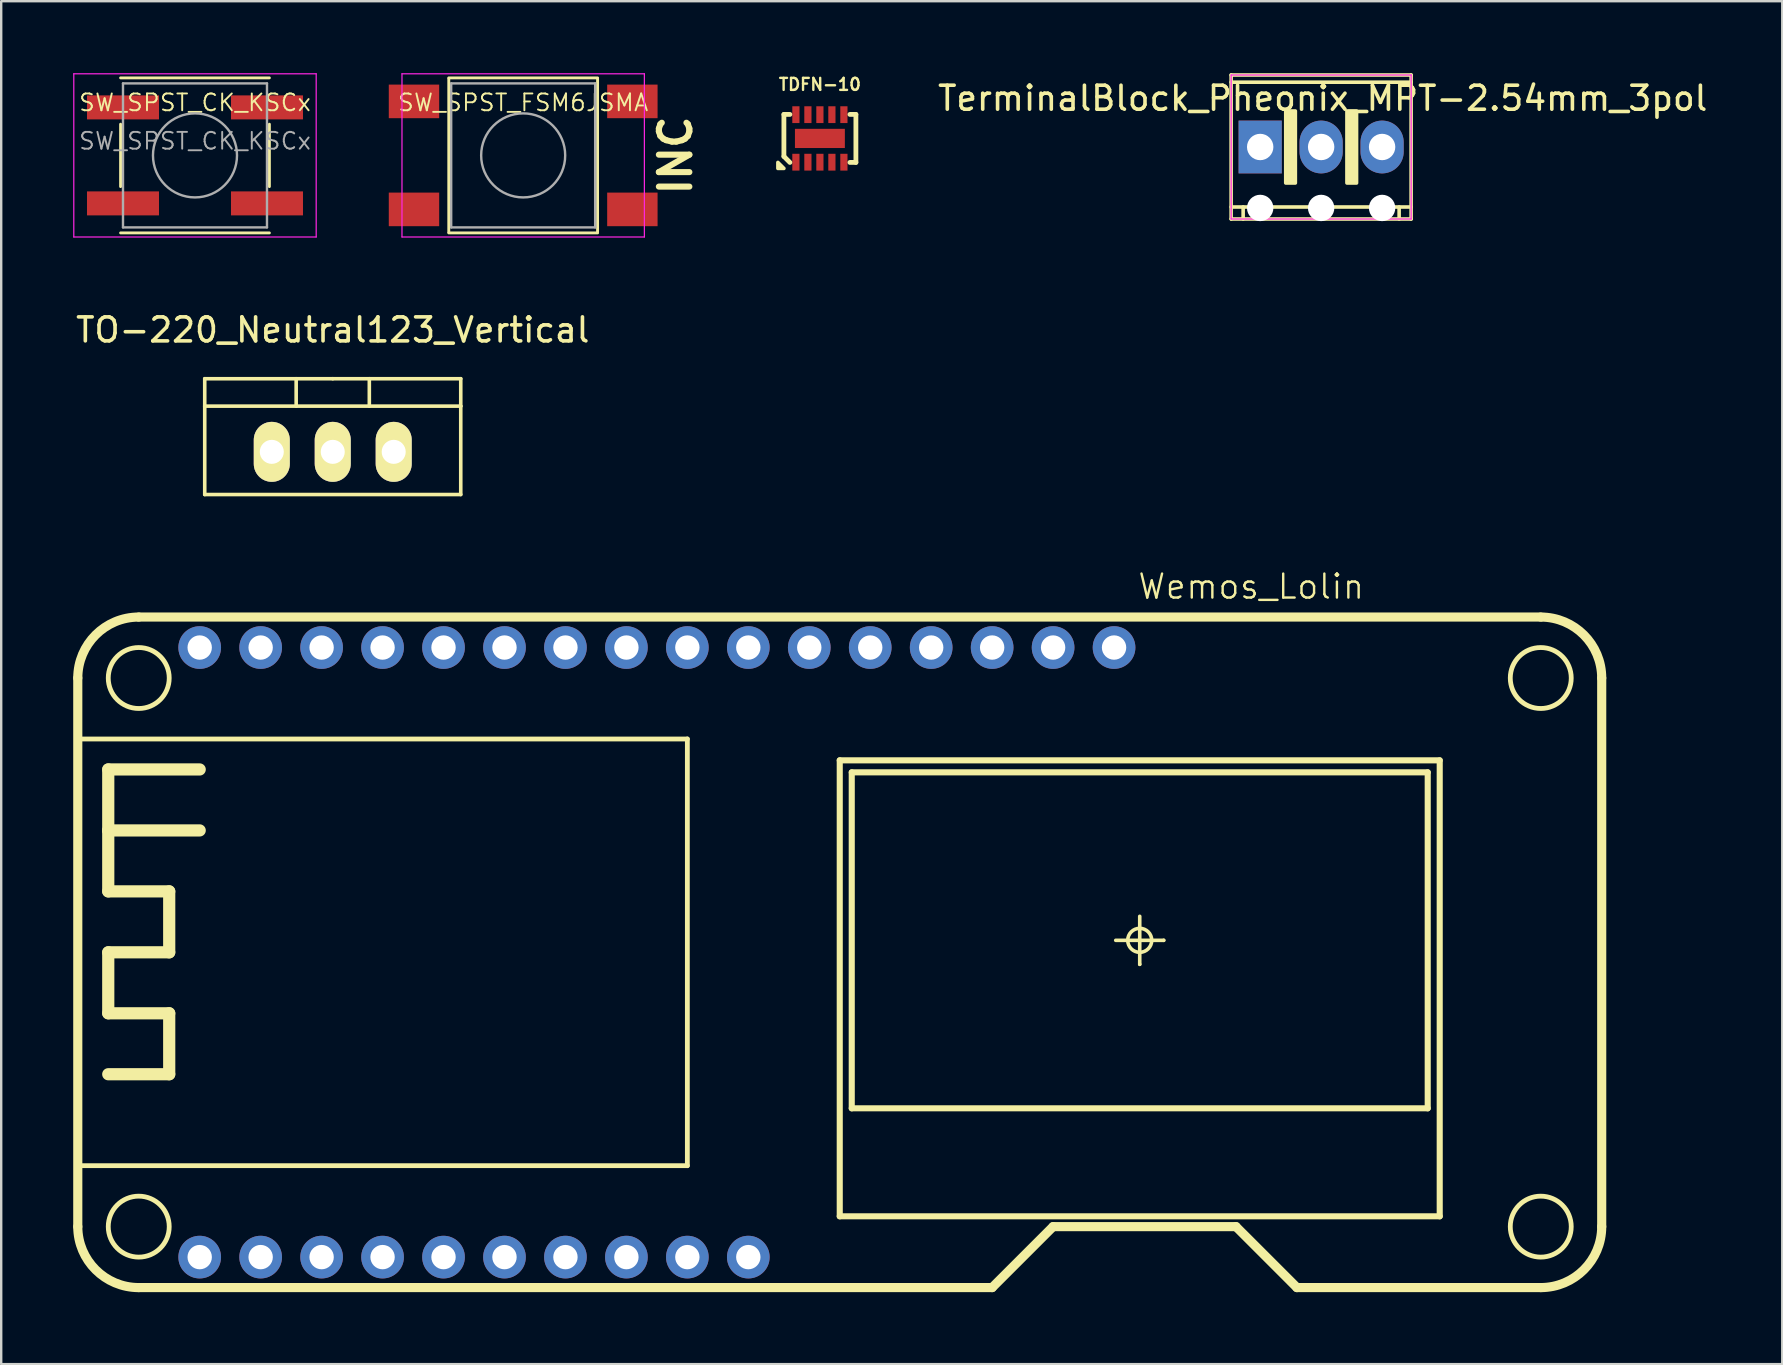
<source format=kicad_pcb>
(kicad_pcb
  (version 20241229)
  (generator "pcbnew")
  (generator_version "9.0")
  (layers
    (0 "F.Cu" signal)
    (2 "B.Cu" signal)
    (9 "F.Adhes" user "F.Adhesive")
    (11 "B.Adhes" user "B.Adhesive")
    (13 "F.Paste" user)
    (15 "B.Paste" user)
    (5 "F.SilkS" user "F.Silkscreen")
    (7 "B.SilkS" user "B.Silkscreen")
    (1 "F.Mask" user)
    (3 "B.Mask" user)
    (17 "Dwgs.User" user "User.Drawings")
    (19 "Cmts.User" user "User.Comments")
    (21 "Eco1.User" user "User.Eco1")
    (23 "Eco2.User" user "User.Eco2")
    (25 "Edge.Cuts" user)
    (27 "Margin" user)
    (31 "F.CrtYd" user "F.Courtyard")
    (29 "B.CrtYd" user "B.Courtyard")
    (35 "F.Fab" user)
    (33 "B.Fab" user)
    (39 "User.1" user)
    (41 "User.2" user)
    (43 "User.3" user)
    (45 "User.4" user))
  (footprint "TO-220_Neutral123_Vertical"
    (layer "F.Cu")
    (at 10.815 15.778)
    (property "Reference" "TO-220_Neutral123_Vertical" (at 0 -5.08 0) (layer "F.SilkS") (effects (font (size 1 1) (thickness 0.15))))
    (attr through_hole)
    (fp_line (start -5.334 -1.905) (end -5.334 -3.048) (stroke (width 0.15) (type solid)) (layer "F.SilkS"))
    (fp_line (start -5.334 1.778) (end -5.334 -1.905) (stroke (width 0.15) (type solid)) (layer "F.SilkS"))
    (fp_line (start -1.524 -3.048) (end -1.524 -1.905) (stroke (width 0.15) (type solid)) (layer "F.SilkS"))
    (fp_line (start 0 -3.048) (end -5.334 -3.048) (stroke (width 0.15) (type solid)) (layer "F.SilkS"))
    (fp_line (start 0 -3.048) (end 5.334 -3.048) (stroke (width 0.15) (type solid)) (layer "F.SilkS"))
    (fp_line (start 1.524 -3.048) (end 1.524 -1.905) (stroke (width 0.15) (type solid)) (layer "F.SilkS"))
    (fp_line (start 5.334 -3.048) (end 5.334 -1.905) (stroke (width 0.15) (type solid)) (layer "F.SilkS"))
    (fp_line (start 5.334 -1.905) (end -5.334 -1.905) (stroke (width 0.15) (type solid)) (layer "F.SilkS"))
    (fp_line (start 5.334 -1.905) (end 5.334 1.778) (stroke (width 0.15) (type solid)) (layer "F.SilkS"))
    (fp_line (start 5.334 1.778) (end -5.334 1.778) (stroke (width 0.15) (type solid)) (layer "F.SilkS"))
    (pad "1" thru_hole oval (at -2.54 0 90) (size 2.499 1.501) (drill 1.001) (layers "*.Cu" "*.Mask" "F.SilkS"))
    (pad "2" thru_hole oval (at 0 0 90) (size 2.499 1.501) (drill 1.001) (layers "*.Cu" "*.Mask" "F.SilkS"))
    (pad "3" thru_hole oval (at 2.54 0 90) (size 2.499 1.501) (drill 1.001) (layers "*.Cu" "*.Mask" "F.SilkS")))
  (footprint "SW_SPST_FSM6JSMA"
    (layer "F.Cu")
    (at 18.75 3.425)
    (property "Reference" "SW_SPST_FSM6JSMA" (at 0 -2.2 0) (layer "F.SilkS") (effects (font (size 0.7 0.7) (thickness 0.08))))
    (attr smd)
    (fp_line (start -3.1 -3.23) (end 3.1 -3.23) (stroke (width 0.12) (type solid)) (layer "F.SilkS"))
    (fp_line (start -3.1 -3.2) (end -3.1 3.2) (stroke (width 0.12) (type solid)) (layer "F.SilkS"))
    (fp_line (start -3.1 3.23) (end 3.1 3.23) (stroke (width 0.12) (type solid)) (layer "F.SilkS"))
    (fp_line (start 3.1 -3.2) (end 3.1 3.2) (stroke (width 0.12) (type solid)) (layer "F.SilkS"))
    (fp_line (start -5.05 -3.4) (end -5.05 3.4) (stroke (width 0.05) (type solid)) (layer "F.CrtYd"))
    (fp_line (start -5.05 -3.4) (end 5.05 -3.4) (stroke (width 0.05) (type solid)) (layer "F.CrtYd"))
    (fp_line (start -5.05 3.4) (end 5.05 3.4) (stroke (width 0.05) (type solid)) (layer "F.CrtYd"))
    (fp_line (start 5.05 3.4) (end 5.05 -3.4) (stroke (width 0.05) (type solid)) (layer "F.CrtYd"))
    (fp_line (start -3 -3) (end -3 3) (stroke (width 0.1) (type solid)) (layer "F.Fab"))
    (fp_line (start -3 3) (end 3 3) (stroke (width 0.1) (type solid)) (layer "F.Fab"))
    (fp_line (start 3 -3) (end -3 -3) (stroke (width 0.1) (type solid)) (layer "F.Fab"))
    (fp_line (start 3 3) (end 3 -3) (stroke (width 0.1) (type solid)) (layer "F.Fab"))
    (fp_circle (center 0 0) (end 1.75 -0.05) (stroke (width 0.1) (type solid)) (fill no) (layer "F.Fab"))
    (fp_text user "INC" (at 6.35 0 90) (layer "F.SilkS") (effects (font (size 1.27 1.27) (thickness 0.254))))
    (pad "1" smd rect (at -4.55 -2.25) (size 2.1 1.4) (layers "F.Cu" "F.Mask" "F.Paste"))
    (pad "2" smd rect (at -4.55 2.25) (size 2.1 1.4) (layers "F.Cu" "F.Mask" "F.Paste"))
    (pad "3" smd rect (at 4.55 -2.25) (size 2.1 1.4) (layers "F.Cu" "F.Mask" "F.Paste"))
    (pad "4" smd rect (at 4.55 2.25) (size 2.1 1.4) (layers "F.Cu" "F.Mask" "F.Paste")))
  (footprint "Wemos_Lolin"
    (layer "F.Cu")
    (at 31.941 36.632)
    (property "Reference" "Wemos_Lolin" (at 17.145 -15.24 0) (layer "F.SilkS") (effects (font (size 1 1) (thickness 0.1))))
    (attr through_hole)
    (fp_line (start -31.75 -8.89) (end -6.35 -8.89) (stroke (width 0.2) (type solid)) (layer "F.SilkS"))
    (fp_line (start -31.75 11.43) (end -31.75 -11.43) (stroke (width 0.381) (type solid)) (layer "F.SilkS"))
    (fp_line (start -30.48 -7.62) (end -30.48 -5.08) (stroke (width 0.508) (type solid)) (layer "F.SilkS"))
    (fp_line (start -30.48 -5.08) (end -30.48 -2.54) (stroke (width 0.508) (type solid)) (layer "F.SilkS"))
    (fp_line (start -30.48 -2.54) (end -27.94 -2.54) (stroke (width 0.508) (type solid)) (layer "F.SilkS"))
    (fp_line (start -30.48 0) (end -30.48 2.54) (stroke (width 0.508) (type solid)) (layer "F.SilkS"))
    (fp_line (start -30.48 2.54) (end -27.94 2.54) (stroke (width 0.508) (type solid)) (layer "F.SilkS"))
    (fp_line (start -29.21 -13.97) (end 29.21 -13.97) (stroke (width 0.381) (type solid)) (layer "F.SilkS"))
    (fp_line (start -27.94 -2.54) (end -27.94 0) (stroke (width 0.508) (type solid)) (layer "F.SilkS"))
    (fp_line (start -27.94 0) (end -30.48 0) (stroke (width 0.508) (type solid)) (layer "F.SilkS"))
    (fp_line (start -27.94 2.54) (end -27.94 5.08) (stroke (width 0.508) (type solid)) (layer "F.SilkS"))
    (fp_line (start -27.94 5.08) (end -30.48 5.08) (stroke (width 0.508) (type solid)) (layer "F.SilkS"))
    (fp_line (start -26.67 -7.62) (end -30.48 -7.62) (stroke (width 0.508) (type solid)) (layer "F.SilkS"))
    (fp_line (start -26.67 -5.08) (end -30.48 -5.08) (stroke (width 0.508) (type solid)) (layer "F.SilkS"))
    (fp_line (start -6.35 -8.89) (end -6.35 8.89) (stroke (width 0.2) (type solid)) (layer "F.SilkS"))
    (fp_line (start -6.35 8.89) (end -31.75 8.89) (stroke (width 0.2) (type solid)) (layer "F.SilkS"))
    (fp_line (start 0 -8) (end 0 11) (stroke (width 0.254) (type solid)) (layer "F.SilkS"))
    (fp_line (start 0 11) (end 25 11) (stroke (width 0.254) (type solid)) (layer "F.SilkS"))
    (fp_line (start 0.5 -7.5) (end 24.5 -7.5) (stroke (width 0.254) (type solid)) (layer "F.SilkS"))
    (fp_line (start 0.5 6.5) (end 0.5 -7.5) (stroke (width 0.254) (type solid)) (layer "F.SilkS"))
    (fp_line (start 6.35 13.97) (end -29.21 13.97) (stroke (width 0.381) (type solid)) (layer "F.SilkS"))
    (fp_line (start 6.35 13.97) (end 8.89 11.43) (stroke (width 0.381) (type solid)) (layer "F.SilkS"))
    (fp_line (start 8.89 11.43) (end 16.51 11.43) (stroke (width 0.381) (type solid)) (layer "F.SilkS"))
    (fp_line (start 11.5 -0.5) (end 13.5 -0.5) (stroke (width 0.15) (type solid)) (layer "F.SilkS"))
    (fp_line (start 12.5 -1.5) (end 12.5 0.5) (stroke (width 0.15) (type solid)) (layer "F.SilkS"))
    (fp_line (start 12.5 0.5) (end 12.5 0.5) (stroke (width 0.15) (type solid)) (layer "F.SilkS"))
    (fp_line (start 13.5 -0.5) (end 13.5 -0.5) (stroke (width 0.15) (type solid)) (layer "F.SilkS"))
    (fp_line (start 16.51 11.43) (end 19.05 13.97) (stroke (width 0.381) (type solid)) (layer "F.SilkS"))
    (fp_line (start 19.05 13.97) (end 29.21 13.97) (stroke (width 0.381) (type solid)) (layer "F.SilkS"))
    (fp_line (start 24.5 -7.5) (end 24.5 6.5) (stroke (width 0.254) (type solid)) (layer "F.SilkS"))
    (fp_line (start 24.5 6.5) (end 0.5 6.5) (stroke (width 0.254) (type solid)) (layer "F.SilkS"))
    (fp_line (start 25 -8) (end 0 -8) (stroke (width 0.254) (type solid)) (layer "F.SilkS"))
    (fp_line (start 25 11) (end 25 -8) (stroke (width 0.254) (type solid)) (layer "F.SilkS"))
    (fp_line (start 31.75 -11.43) (end 31.75 11.43) (stroke (width 0.381) (type solid)) (layer "F.SilkS"))
    (fp_arc (start -31.75 -11.43) (mid -31.006051 -13.226051) (end -29.21 -13.97) (stroke (width 0.381) (type solid)) (layer "F.SilkS"))
    (fp_arc (start -29.21 13.97) (mid -31.006051 13.226051) (end -31.75 11.43) (stroke (width 0.381) (type solid)) (layer "F.SilkS"))
    (fp_arc (start 29.21 -13.97) (mid 31.006051 -13.226051) (end 31.75 -11.43) (stroke (width 0.381) (type solid)) (layer "F.SilkS"))
    (fp_arc (start 31.75 11.43) (mid 31.006051 13.226051) (end 29.21 13.97) (stroke (width 0.381) (type solid)) (layer "F.SilkS"))
    (fp_circle (center -29.21 -11.43) (end -30.48 -11.43) (stroke (width 0.2) (type solid)) (fill no) (layer "F.SilkS"))
    (fp_circle (center -29.21 11.43) (end -30.48 11.43) (stroke (width 0.2) (type solid)) (fill no) (layer "F.SilkS"))
    (fp_circle (center 12.5 -0.5) (end 12 -0.5) (stroke (width 0.15) (type solid)) (fill no) (layer "F.SilkS"))
    (fp_circle (center 29.21 -11.43) (end 29.21 -12.7) (stroke (width 0.2) (type solid)) (fill no) (layer "F.SilkS"))
    (fp_circle (center 29.21 11.43) (end 30.48 11.43) (stroke (width 0.2) (type solid)) (fill no) (layer "F.SilkS"))
    (pad "1" thru_hole circle (at -26.67 -12.7) (size 1.778 1.778) (drill 1.016) (layers "*.Cu" "*.Mask"))
    (pad "2" thru_hole circle (at -24.13 -12.7) (size 1.778 1.778) (drill 1.016) (layers "*.Cu" "*.Mask"))
    (pad "3" thru_hole circle (at -21.59 -12.7) (size 1.778 1.778) (drill 1.016) (layers "*.Cu" "*.Mask"))
    (pad "4" thru_hole circle (at -19.05 -12.7) (size 1.778 1.778) (drill 1.016) (layers "*.Cu" "*.Mask"))
    (pad "5" thru_hole circle (at -16.51 -12.7) (size 1.778 1.778) (drill 1.016) (layers "*.Cu" "*.Mask"))
    (pad "6" thru_hole circle (at -13.97 -12.7) (size 1.778 1.778) (drill 1.016) (layers "*.Cu" "*.Mask"))
    (pad "7" thru_hole circle (at -11.43 -12.7) (size 1.778 1.778) (drill 1.016) (layers "*.Cu" "*.Mask"))
    (pad "8" thru_hole circle (at -8.89 -12.7) (size 1.778 1.778) (drill 1.016) (layers "*.Cu" "*.Mask"))
    (pad "9" thru_hole circle (at -6.35 -12.7) (size 1.778 1.778) (drill 1.016) (layers "*.Cu" "*.Mask"))
    (pad "10" thru_hole circle (at -3.81 -12.7) (size 1.778 1.778) (drill 1.016) (layers "*.Cu" "*.Mask"))
    (pad "11" thru_hole circle (at -1.27 -12.7) (size 1.778 1.778) (drill 1.016) (layers "*.Cu" "*.Mask"))
    (pad "12" thru_hole circle (at 1.27 -12.7) (size 1.778 1.778) (drill 1.016) (layers "*.Cu" "*.Mask"))
    (pad "13" thru_hole circle (at 3.81 -12.7) (size 1.778 1.778) (drill 1.016) (layers "*.Cu" "*.Mask"))
    (pad "14" thru_hole circle (at 6.35 -12.7) (size 1.778 1.778) (drill 1.016) (layers "*.Cu" "*.Mask"))
    (pad "15" thru_hole circle (at 8.89 -12.7) (size 1.778 1.778) (drill 1.016) (layers "*.Cu" "*.Mask"))
    (pad "16" thru_hole circle (at 11.43 -12.7) (size 1.778 1.778) (drill 1.016) (layers "*.Cu" "*.Mask"))
    (pad "17" thru_hole circle (at -3.81 12.7) (size 1.778 1.778) (drill 1.016) (layers "*.Cu" "*.Mask"))
    (pad "18" thru_hole circle (at -6.35 12.7) (size 1.778 1.778) (drill 1.016) (layers "*.Cu" "*.Mask"))
    (pad "19" thru_hole circle (at -8.89 12.7) (size 1.778 1.778) (drill 1.016) (layers "*.Cu" "*.Mask"))
    (pad "20" thru_hole circle (at -11.43 12.7) (size 1.778 1.778) (drill 1.016) (layers "*.Cu" "*.Mask"))
    (pad "21" thru_hole circle (at -13.97 12.7) (size 1.778 1.778) (drill 1.016) (layers "*.Cu" "*.Mask"))
    (pad "22" thru_hole circle (at -16.51 12.7) (size 1.778 1.778) (drill 1.016) (layers "*.Cu" "*.Mask"))
    (pad "23" thru_hole circle (at -19.05 12.7) (size 1.778 1.778) (drill 1.016) (layers "*.Cu" "*.Mask"))
    (pad "24" thru_hole circle (at -21.59 12.7) (size 1.778 1.778) (drill 1.016) (layers "*.Cu" "*.Mask"))
    (pad "25" thru_hole circle (at -24.13 12.7) (size 1.778 1.778) (drill 1.016) (layers "*.Cu" "*.Mask"))
    (pad "26" thru_hole circle (at -26.67 12.7) (size 1.778 1.778) (drill 1.016) (layers "*.Cu" "*.Mask")))
  (footprint "TDFN-10"
    (layer "F.Cu")
    (at 31.114 2.718)
    (property "Reference" "TDFN-10" (at 0 -2.25 0) (layer "F.SilkS") (effects (font (size 0.5 0.5) (thickness 0.1))))
    (attr smd)
    (fp_line (start -1.5 -1) (end -1.5 0.75) (stroke (width 0.2) (type solid)) (layer "F.SilkS"))
    (fp_line (start -1.25 -1) (end -1.5 -1) (stroke (width 0.2) (type solid)) (layer "F.SilkS"))
    (fp_line (start -1.25 1) (end -1.5 0.75) (stroke (width 0.2) (type solid)) (layer "F.SilkS"))
    (fp_line (start 1.25 1) (end 1.5 1) (stroke (width 0.2) (type solid)) (layer "F.SilkS"))
    (fp_line (start 1.5 -1) (end 1.25 -1) (stroke (width 0.2) (type solid)) (layer "F.SilkS"))
    (fp_line (start 1.5 1) (end 1.5 -1) (stroke (width 0.2) (type solid)) (layer "F.SilkS"))
    (fp_poly (pts (xy -1.5 1.25) (xy -1.75 1) (xy -1.75 1.25)) (stroke (width 0.15) (type solid)) (fill yes) (layer "F.SilkS"))
    (pad "1" smd rect (at -1 0.99) (size 0.3 0.7) (layers "F.Cu" "F.Mask" "F.Paste"))
    (pad "2" smd rect (at -0.5 0.99) (size 0.3 0.7) (layers "F.Cu" "F.Mask" "F.Paste"))
    (pad "3" smd rect (at 0 0.99) (size 0.3 0.7) (layers "F.Cu" "F.Mask" "F.Paste"))
    (pad "4" smd rect (at 0.5 0.99) (size 0.3 0.7) (layers "F.Cu" "F.Mask" "F.Paste"))
    (pad "5" smd rect (at 1 0.99) (size 0.3 0.7) (layers "F.Cu" "F.Mask" "F.Paste"))
    (pad "6" smd rect (at 1 -0.99) (size 0.3 0.7) (layers "F.Cu" "F.Mask" "F.Paste"))
    (pad "7" smd rect (at 0.5 -0.99) (size 0.3 0.7) (layers "F.Cu" "F.Mask" "F.Paste"))
    (pad "8" smd rect (at 0 -0.99) (size 0.3 0.7) (layers "F.Cu" "F.Mask" "F.Paste"))
    (pad "9" smd rect (at -0.5 -0.99) (size 0.3 0.7) (layers "F.Cu" "F.Mask" "F.Paste"))
    (pad "10" smd rect (at -1 -0.99) (size 0.3 0.7) (layers "F.Cu" "F.Mask" "F.Paste"))
    (pad "11" smd rect (at 0 0) (size 2.08 0.8) (layers "F.Cu" "F.Mask" "F.Paste")))
  (footprint "SW_SPST_CK_KSCx"
    (layer "F.Cu")
    (at 5.075 3.425)
    (property "Reference" "SW_SPST_CK_KSCx" (at 0 -2.2 0) (layer "F.SilkS") (effects (font (size 0.7 0.7) (thickness 0.08))))
    (attr smd)
    (fp_line (start -3.1 -3.23) (end 3.1 -3.23) (stroke (width 0.12) (type solid)) (layer "F.SilkS"))
    (fp_line (start -3.1 -1.3) (end -3.1 1.3) (stroke (width 0.12) (type solid)) (layer "F.SilkS"))
    (fp_line (start -3.1 3.23) (end 3.1 3.23) (stroke (width 0.12) (type solid)) (layer "F.SilkS"))
    (fp_line (start 3.1 -1.3) (end 3.1 1.3) (stroke (width 0.12) (type solid)) (layer "F.SilkS"))
    (fp_line (start -5.05 -3.4) (end -5.05 3.4) (stroke (width 0.05) (type solid)) (layer "F.CrtYd"))
    (fp_line (start -5.05 -3.4) (end 5.05 -3.4) (stroke (width 0.05) (type solid)) (layer "F.CrtYd"))
    (fp_line (start -5.05 3.4) (end 5.05 3.4) (stroke (width 0.05) (type solid)) (layer "F.CrtYd"))
    (fp_line (start 5.05 3.4) (end 5.05 -3.4) (stroke (width 0.05) (type solid)) (layer "F.CrtYd"))
    (fp_line (start -3 -3) (end -3 3) (stroke (width 0.1) (type solid)) (layer "F.Fab"))
    (fp_line (start -3 3) (end 3 3) (stroke (width 0.1) (type solid)) (layer "F.Fab"))
    (fp_line (start 3 -3) (end -3 -3) (stroke (width 0.1) (type solid)) (layer "F.Fab"))
    (fp_line (start 3 3) (end 3 -3) (stroke (width 0.1) (type solid)) (layer "F.Fab"))
    (fp_circle (center 0 0) (end 1.75 -0.05) (stroke (width 0.1) (type solid)) (fill no) (layer "F.Fab"))
    (fp_text user "${REFERENCE}" (at 0 -0.6 0) (layer "F.Fab") (effects (font (size 0.7 0.7) (thickness 0.08))))
    (pad "1" smd rect (at -3 -2) (size 3 1) (layers "F.Cu" "F.Mask" "F.Paste"))
    (pad "1" smd rect (at 3 -2) (size 3 1) (layers "F.Cu" "F.Mask" "F.Paste"))
    (pad "2" smd rect (at -3 2) (size 3 1) (layers "F.Cu" "F.Mask" "F.Paste"))
    (pad "2" smd rect (at 3 2) (size 3 1) (layers "F.Cu" "F.Mask" "F.Paste")))
  (footprint "TerminalBlock_Pheonix_MPT-2.54mm_3pol"
    (layer "F.Cu")
    (at 52 3.075)
    (property "Reference" "TerminalBlock_Pheonix_MPT-2.54mm_3pol" (at 0.065 -2.03 0) (layer "F.SilkS") (effects (font (size 1 1) (thickness 0.15))))
    (attr through_hole)
    (fp_line (start -3.75 -3) (end -3.75 3) (stroke (width 0.15) (type solid)) (layer "F.SilkS"))
    (fp_line (start -3.75 -2.7) (end 3.75 -2.7) (stroke (width 0.15) (type solid)) (layer "F.SilkS"))
    (fp_line (start -3.75 3) (end 3.75 3) (stroke (width 0.15) (type solid)) (layer "F.SilkS"))
    (fp_line (start -3.25 3) (end -3.25 2.5) (stroke (width 0.15) (type solid)) (layer "F.SilkS"))
    (fp_line (start 0 3) (end 0 2.5) (stroke (width 0.15) (type solid)) (layer "F.SilkS"))
    (fp_line (start 3.25 2.5) (end 3.25 3) (stroke (width 0.15) (type solid)) (layer "F.SilkS"))
    (fp_line (start 3.75 -3) (end -3.75 -3) (stroke (width 0.15) (type solid)) (layer "F.SilkS"))
    (fp_line (start 3.75 2.5) (end -3.75 2.5) (stroke (width 0.15) (type solid)) (layer "F.SilkS"))
    (fp_line (start 3.75 3) (end 3.75 -3) (stroke (width 0.15) (type solid)) (layer "F.SilkS"))
    (fp_poly (pts (xy -1.475 -1.5) (xy -1.075 -1.5) (xy -1.075 1.5) (xy -1.475 1.5)) (stroke (width 0.15) (type solid)) (fill yes) (layer "F.SilkS"))
    (fp_poly (pts (xy 1.075 -1.5) (xy 1.475 -1.5) (xy 1.475 1.5) (xy 1.075 1.5)) (stroke (width 0.15) (type solid)) (fill yes) (layer "F.SilkS"))
    (fp_line (start -3.75 -3) (end 3.75 -3) (stroke (width 0.05) (type solid)) (layer "F.CrtYd"))
    (fp_line (start -3.75 3) (end -3.75 -3) (stroke (width 0.05) (type solid)) (layer "F.CrtYd"))
    (fp_line (start 3.75 -3) (end 3.75 3) (stroke (width 0.05) (type solid)) (layer "F.CrtYd"))
    (fp_line (start 3.75 3) (end -3.75 3) (stroke (width 0.05) (type solid)) (layer "F.CrtYd"))
    (pad "" np_thru_hole circle (at -2.54 2.54) (size 1.1 1.1) (drill 1.1) (layers "*.Cu" "*.Mask"))
    (pad "" np_thru_hole circle (at 0 2.54) (size 1.1 1.1) (drill 1.1) (layers "*.Cu" "*.Mask"))
    (pad "" np_thru_hole circle (at 2.54 2.54) (size 1.1 1.1) (drill 1.1) (layers "*.Cu" "*.Mask"))
    (pad "1" thru_hole rect (at -2.54 0) (size 1.8 2.2) (drill 1.1) (layers "*.Cu" "*.Mask"))
    (pad "2" thru_hole oval (at 0 0) (size 1.8 2.2) (drill 1.1) (layers "*.Cu" "*.Mask"))
    (pad "3" thru_hole oval (at 2.54 0) (size 1.8 2.2) (drill 1.1) (layers "*.Cu" "*.Mask")))
  (gr_rect
    (start -3 -3)
    (end 71.214 53.792)
    (stroke (width 0.1) (type default))
    (fill no)
    (layer "Edge.Cuts")))
</source>
